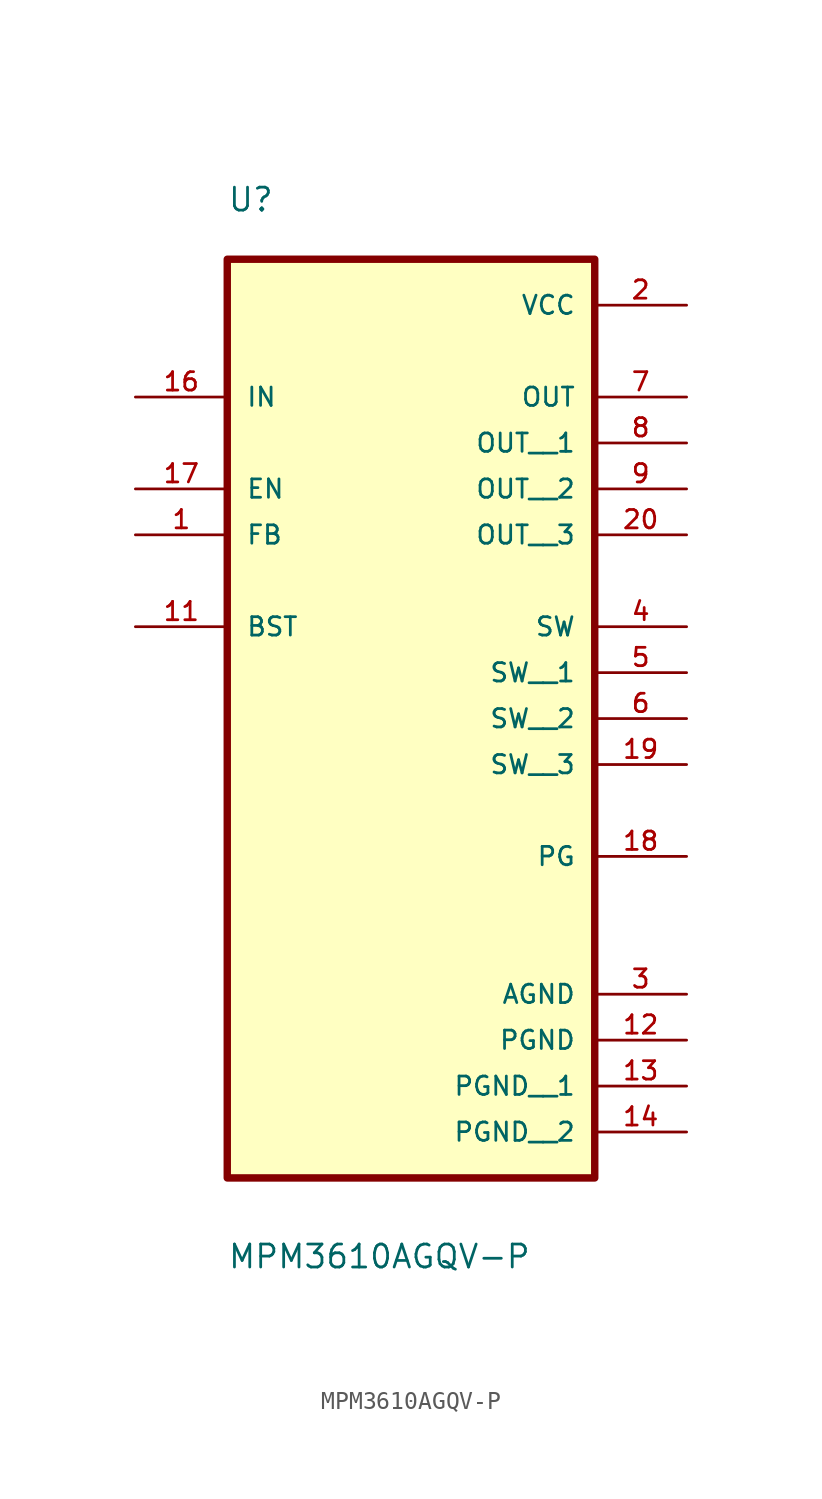
<source format=kicad_sym>
(kicad_symbol_lib
  (version 20211014)
  (generator kicad_symbol_editor)
  (symbol "MPM3610AGQV-P"
    (pin_names
      (offset 1.016))
    (property "Reference" "U"
      (at -10.168 17.793 0.0)
      (effects (font (size 1.27 1.27)) (justify bottom left)))
    (property "Value" "MPM3610AGQV-P"
      (at -10.165 -40.649 0.0)
      (effects (font (size 1.27 1.27)) (justify bottom left)))
    (symbol "MPM3610AGQV-P_0_0"
      (rectangle (start -10.16 -35.56) (end 10.16 15.24) (stroke (width 0.41)) (fill (type background)))
      (pin input line (at -15.24 2.54 0) (length 5.08) (name "EN" (effects (font (size 1.016 1.016)))) (number "17" (effects (font (size 1.016 1.016)))))
      (pin input line (at -15.24 0.0 0) (length 5.08) (name "FB" (effects (font (size 1.016 1.016)))) (number "1" (effects (font (size 1.016 1.016)))))
      (pin bidirectional line (at -15.24 -5.08 0) (length 5.08) (name "BST" (effects (font (size 1.016 1.016)))) (number "11" (effects (font (size 1.016 1.016)))))
      (pin output line (at 15.24 -17.78 180.0) (length 5.08) (name "PG" (effects (font (size 1.016 1.016)))) (number "18" (effects (font (size 1.016 1.016)))))
      (pin input line (at -15.24 7.62 0) (length 5.08) (name "IN" (effects (font (size 1.016 1.016)))) (number "16" (effects (font (size 1.016 1.016)))))
      (pin power_in line (at 15.24 12.7 180.0) (length 5.08) (name "VCC" (effects (font (size 1.016 1.016)))) (number "2" (effects (font (size 1.016 1.016)))))
      (pin output line (at 15.24 7.62 180.0) (length 5.08) (name "OUT" (effects (font (size 1.016 1.016)))) (number "7" (effects (font (size 1.016 1.016)))))
      (pin output line (at 15.24 -5.08 180.0) (length 5.08) (name "SW" (effects (font (size 1.016 1.016)))) (number "4" (effects (font (size 1.016 1.016)))))
      (pin power_in line (at 15.24 -25.4 180.0) (length 5.08) (name "AGND" (effects (font (size 1.016 1.016)))) (number "3" (effects (font (size 1.016 1.016)))))
      (pin power_in line (at 15.24 -27.94 180.0) (length 5.08) (name "PGND" (effects (font (size 1.016 1.016)))) (number "12" (effects (font (size 1.016 1.016)))))
      (pin output line (at 15.24 5.08 180.0) (length 5.08) (name "OUT__1" (effects (font (size 1.016 1.016)))) (number "8" (effects (font (size 1.016 1.016)))))
      (pin output line (at 15.24 2.54 180.0) (length 5.08) (name "OUT__2" (effects (font (size 1.016 1.016)))) (number "9" (effects (font (size 1.016 1.016)))))
      (pin output line (at 15.24 0.0 180.0) (length 5.08) (name "OUT__3" (effects (font (size 1.016 1.016)))) (number "20" (effects (font (size 1.016 1.016)))))
      (pin output line (at 15.24 -7.62 180.0) (length 5.08) (name "SW__1" (effects (font (size 1.016 1.016)))) (number "5" (effects (font (size 1.016 1.016)))))
      (pin output line (at 15.24 -10.16 180.0) (length 5.08) (name "SW__2" (effects (font (size 1.016 1.016)))) (number "6" (effects (font (size 1.016 1.016)))))
      (pin output line (at 15.24 -12.7 180.0) (length 5.08) (name "SW__3" (effects (font (size 1.016 1.016)))) (number "19" (effects (font (size 1.016 1.016)))))
      (pin power_in line (at 15.24 -30.48 180.0) (length 5.08) (name "PGND__1" (effects (font (size 1.016 1.016)))) (number "13" (effects (font (size 1.016 1.016)))))
      (pin power_in line (at 15.24 -33.02 180.0) (length 5.08) (name "PGND__2" (effects (font (size 1.016 1.016)))) (number "14" (effects (font (size 1.016 1.016))))))))
</source>
